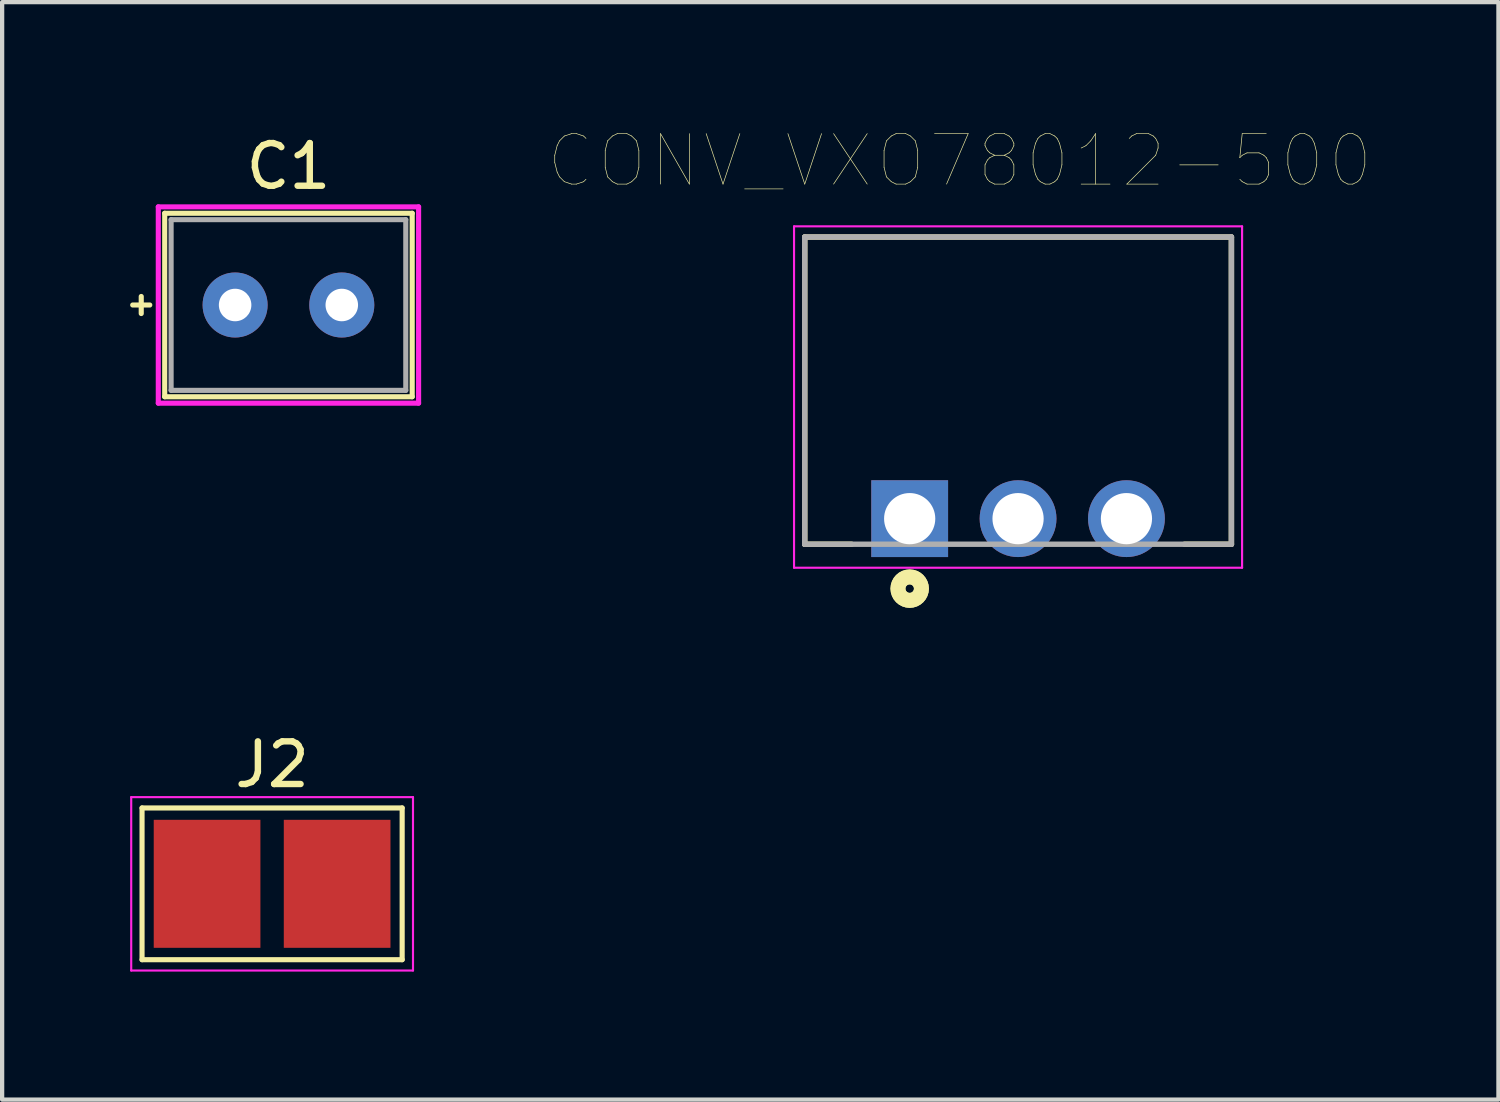
<source format=kicad_pcb>
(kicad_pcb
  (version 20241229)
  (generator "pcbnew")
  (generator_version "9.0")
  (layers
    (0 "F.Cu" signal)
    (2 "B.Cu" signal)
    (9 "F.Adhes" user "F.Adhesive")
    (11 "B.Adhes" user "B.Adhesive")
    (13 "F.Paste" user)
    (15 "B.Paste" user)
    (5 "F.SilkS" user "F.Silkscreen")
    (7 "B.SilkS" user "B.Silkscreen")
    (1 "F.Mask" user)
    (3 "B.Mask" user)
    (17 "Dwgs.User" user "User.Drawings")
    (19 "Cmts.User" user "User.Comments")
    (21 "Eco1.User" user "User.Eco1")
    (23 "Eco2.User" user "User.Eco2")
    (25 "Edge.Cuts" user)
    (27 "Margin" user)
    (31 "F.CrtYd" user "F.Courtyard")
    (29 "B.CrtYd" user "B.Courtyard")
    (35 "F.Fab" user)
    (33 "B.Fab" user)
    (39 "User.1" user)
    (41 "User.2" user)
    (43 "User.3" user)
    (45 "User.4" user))
  (footprint "CONV_VXO78012-500"
    (layer "F.Cu")
    (at 18.269 9.105)
    (property "Reference" "CONV_VXO78012-500" (at 1.174 -8.387 0) (layer "F.SilkS") (effects (font (size 1.183 1.183) (thickness 0.015))))
    (attr through_hole)
    (fp_line (start -2.46 -6.6) (end 7.54 -6.6) (stroke (width 0.127) (type solid)) (layer "F.SilkS"))
    (fp_line (start -2.46 0.6) (end -2.46 -6.6) (stroke (width 0.127) (type solid)) (layer "F.SilkS"))
    (fp_line (start -2.46 0.6) (end -1.36 0.6) (stroke (width 0.127) (type solid)) (layer "F.SilkS"))
    (fp_line (start 7.54 -6.6) (end 7.54 0.6) (stroke (width 0.127) (type solid)) (layer "F.SilkS"))
    (fp_line (start 7.54 0.6) (end 6.44 0.6) (stroke (width 0.127) (type solid)) (layer "F.SilkS"))
    (fp_circle (center 0 1.64) (end 0.1 1.64) (stroke (width 0.35) (type solid)) (fill no) (layer "F.SilkS"))
    (fp_circle (center 0 1.64) (end 0.1 1.64) (stroke (width 0.35) (type solid)) (fill no) (layer "F.SilkS"))
    (fp_line (start -2.71 -6.85) (end 7.79 -6.85) (stroke (width 0.05) (type solid)) (layer "F.CrtYd"))
    (fp_line (start -2.71 1.15) (end -2.71 -6.85) (stroke (width 0.05) (type solid)) (layer "F.CrtYd"))
    (fp_line (start 7.79 -6.85) (end 7.79 1.15) (stroke (width 0.05) (type solid)) (layer "F.CrtYd"))
    (fp_line (start 7.79 1.15) (end -2.71 1.15) (stroke (width 0.05) (type solid)) (layer "F.CrtYd"))
    (fp_line (start -2.46 -6.6) (end 7.54 -6.6) (stroke (width 0.127) (type solid)) (layer "F.Fab"))
    (fp_line (start -2.46 0.6) (end -2.46 -6.6) (stroke (width 0.127) (type solid)) (layer "F.Fab"))
    (fp_line (start 7.54 -6.6) (end 7.54 0.6) (stroke (width 0.127) (type solid)) (layer "F.Fab"))
    (fp_line (start 7.54 0.6) (end -2.46 0.6) (stroke (width 0.127) (type solid)) (layer "F.Fab"))
    (fp_circle (center 0 -0.011) (end 0.1 -0.011) (stroke (width 0.35) (type solid)) (fill no) (layer "F.Fab"))
    (pad "1" thru_hole rect (at 0 0) (size 1.8 1.8) (drill 1.2) (layers "*.Cu" "*.Mask"))
    (pad "2" thru_hole circle (at 2.54 0) (size 1.8 1.8) (drill 1.2) (layers "*.Cu" "*.Mask"))
    (pad "3" thru_hole circle (at 5.08 0) (size 1.8 1.8) (drill 1.2) (layers "*.Cu" "*.Mask")))
  (footprint "J2"
    (layer "F.Cu")
    (at 3.327 17.663)
    (property "Reference" "J2" (at 0 -2.794 0) (layer "F.SilkS") (effects (font (size 1 1) (thickness 0.15))))
    (attr exclude_from_pos_files exclude_from_bom)
    (fp_line (start -3.048 -1.778) (end 3.048 -1.778) (stroke (width 0.12) (type solid)) (layer "F.SilkS"))
    (fp_line (start -3.048 1.778) (end -3.048 -1.778) (stroke (width 0.12) (type solid)) (layer "F.SilkS"))
    (fp_line (start 3.048 -1.778) (end 3.048 1.778) (stroke (width 0.12) (type solid)) (layer "F.SilkS"))
    (fp_line (start 3.048 1.778) (end -3.048 1.778) (stroke (width 0.12) (type solid)) (layer "F.SilkS"))
    (fp_line (start -3.302 -2.032) (end -3.302 2.032) (stroke (width 0.05) (type solid)) (layer "F.CrtYd"))
    (fp_line (start -3.302 -2.032) (end 3.302 -2.032) (stroke (width 0.05) (type solid)) (layer "F.CrtYd"))
    (fp_line (start 3.302 2.032) (end -3.302 2.032) (stroke (width 0.05) (type solid)) (layer "F.CrtYd"))
    (fp_line (start 3.302 2.032) (end 3.302 -2.032) (stroke (width 0.05) (type solid)) (layer "F.CrtYd"))
    (pad "1" smd rect (at -1.524 0) (size 2.5 3) (layers "F.Cu" "F.Mask"))
    (pad "2" smd rect (at 1.524 0) (size 2.5 3) (layers "F.Cu" "F.Mask")))
  (footprint "C1"
    (layer "F.Cu")
    (at 2.46 4.098)
    (property "Reference" "C1" (at 1.25 -3.25 0) (layer "F.SilkS") (effects (font (size 1 1) (thickness 0.15))))
    (attr through_hole)
    (fp_line (start -2.4 0) (end -2 0) (stroke (width 0.12) (type solid)) (layer "F.SilkS"))
    (fp_line (start -2.2 -0.2) (end -2.2 0.2) (stroke (width 0.12) (type solid)) (layer "F.SilkS"))
    (fp_line (start -1.65 -2.15) (end -1.65 2.15) (stroke (width 0.12) (type solid)) (layer "F.SilkS"))
    (fp_line (start -1.65 2.15) (end 4.15 2.15) (stroke (width 0.12) (type solid)) (layer "F.SilkS"))
    (fp_line (start 4.15 -2.15) (end -1.65 -2.15) (stroke (width 0.12) (type solid)) (layer "F.SilkS"))
    (fp_line (start 4.15 2.15) (end 4.15 -2.15) (stroke (width 0.12) (type solid)) (layer "F.SilkS"))
    (fp_line (start -1.8 -2.3) (end 4.3 -2.3) (stroke (width 0.12) (type solid)) (layer "F.CrtYd"))
    (fp_line (start -1.8 2.3) (end -1.8 -2.3) (stroke (width 0.12) (type solid)) (layer "F.CrtYd"))
    (fp_line (start 4.3 -2.3) (end 4.3 2.3) (stroke (width 0.12) (type solid)) (layer "F.CrtYd"))
    (fp_line (start 4.3 2.3) (end -1.8 2.3) (stroke (width 0.12) (type solid)) (layer "F.CrtYd"))
    (fp_line (start -1.5 -2) (end 4 -2) (stroke (width 0.12) (type solid)) (layer "F.Fab"))
    (fp_line (start -1.5 2) (end -1.5 -2) (stroke (width 0.12) (type solid)) (layer "F.Fab"))
    (fp_line (start 4 -2) (end 4 2) (stroke (width 0.12) (type solid)) (layer "F.Fab"))
    (fp_line (start 4 2) (end -1.5 2) (stroke (width 0.12) (type solid)) (layer "F.Fab"))
    (pad "1" thru_hole circle (at 0 0) (size 1.524 1.524) (drill 0.762) (layers "*.Cu" "*.Mask"))
    (pad "2" thru_hole circle (at 2.5 0) (size 1.524 1.524) (drill 0.762) (layers "*.Cu" "*.Mask")))
  (gr_rect
    (start -3 -3)
    (end 32.067 22.72)
    (stroke (width 0.1) (type default))
    (fill no)
    (layer "Edge.Cuts")))
</source>
